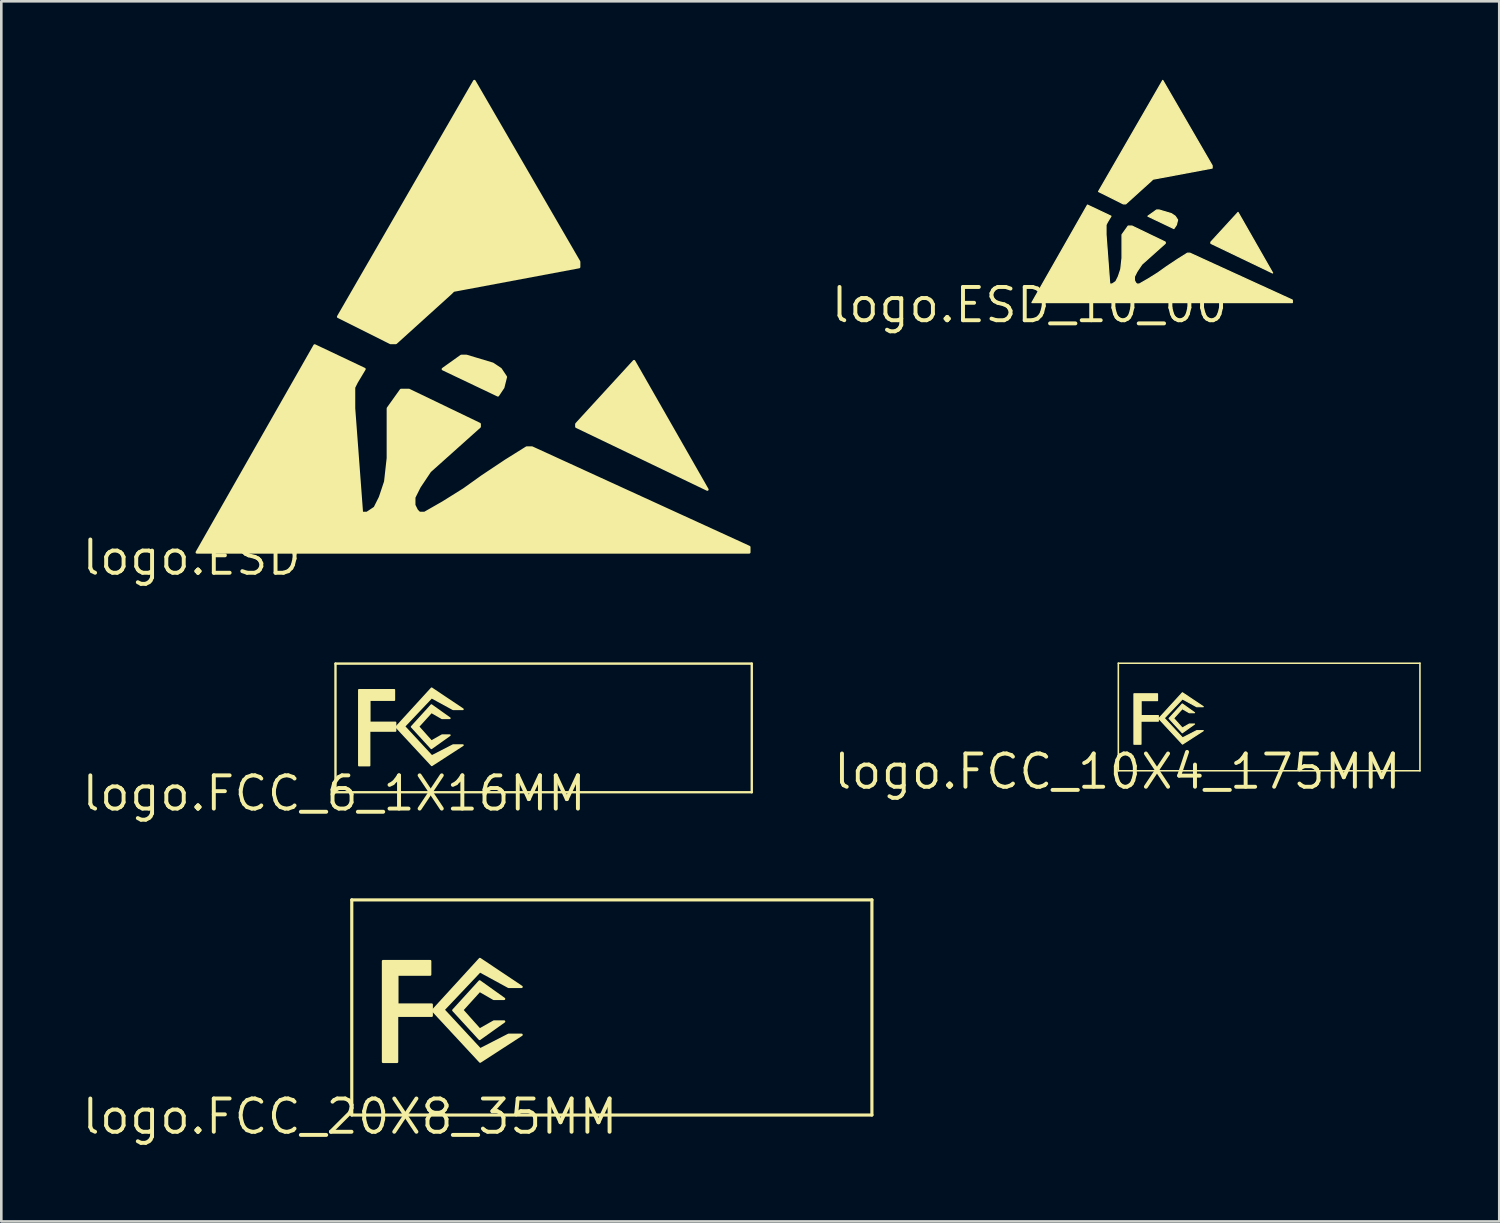
<source format=kicad_pcb>
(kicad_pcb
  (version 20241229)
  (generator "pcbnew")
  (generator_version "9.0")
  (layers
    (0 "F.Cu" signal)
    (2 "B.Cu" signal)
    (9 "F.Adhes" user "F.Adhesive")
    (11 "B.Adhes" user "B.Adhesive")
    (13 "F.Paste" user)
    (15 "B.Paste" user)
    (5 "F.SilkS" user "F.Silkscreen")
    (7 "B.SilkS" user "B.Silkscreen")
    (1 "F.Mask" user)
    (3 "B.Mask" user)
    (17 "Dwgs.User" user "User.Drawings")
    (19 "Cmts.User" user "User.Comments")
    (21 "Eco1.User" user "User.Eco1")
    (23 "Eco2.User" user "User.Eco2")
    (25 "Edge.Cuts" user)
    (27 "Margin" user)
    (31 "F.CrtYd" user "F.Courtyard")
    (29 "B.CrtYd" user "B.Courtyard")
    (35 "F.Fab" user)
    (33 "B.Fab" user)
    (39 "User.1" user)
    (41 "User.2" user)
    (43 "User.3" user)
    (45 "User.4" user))
  (footprint "logo.ESD_10_00"
    (layer "F.Cu")
    (at 36.278 8.603)
    (property "Reference" "logo.ESD_10_00" (at 0 0 0) (layer "F.SilkS") (effects (font (size 1.27 1.27) (thickness 0.15))))
    (fp_poly (pts (xy 9.287 -1.226) (xy 6.93 -2.357) (xy 6.93 -2.404) (xy 7.967 -3.536)) (stroke (width 0.047) (type default)) (fill yes) (layer "F.SilkS"))
    (fp_poly (pts (xy 2.64 -4.337) (xy 5.091 -8.58) (xy 6.977 -5.327) (xy 6.977 -5.233) (xy 4.714 -4.808) (xy 4.667 -4.761) (xy 3.677 -3.866) (xy 3.583 -3.866)) (stroke (width 0.047) (type default)) (fill yes) (layer "F.SilkS"))
    (fp_poly (pts (xy 4.526 -3.394) (xy 4.856 -3.63) (xy 4.95 -3.63) (xy 5.421 -3.489) (xy 5.563 -3.394) (xy 5.657 -3.253) (xy 5.61 -3.064) (xy 5.516 -2.923)) (stroke (width 0.047) (type default)) (fill yes) (layer "F.SilkS"))
    (fp_poly (pts (xy 0.094 -0.094) (xy 2.216 -3.818) (xy 3.111 -3.394) (xy 2.97 -3.159) (xy 2.923 -3.064) (xy 2.923 -2.687) (xy 3.064 -0.801) (xy 3.159 -0.801) (xy 3.3 -0.896) (xy 3.394 -1.084) (xy 3.489 -1.367) (xy 3.536 -1.791) (xy 3.536 -2.687) (xy 3.771 -3.017) (xy 3.913 -3.017) (xy 5.186 -2.404) (xy 5.186 -2.357) (xy 4.29 -1.556) (xy 4.101 -1.273) (xy 4.007 -1.084) (xy 4.007 -0.943) (xy 4.054 -0.849) (xy 4.101 -0.801) (xy 4.196 -0.801) (xy 4.526 -0.99) (xy 4.903 -1.226) (xy 5.233 -1.461) (xy 5.657 -1.744) (xy 6.034 -1.98) (xy 6.128 -1.98) (xy 10.041 -0.189) (xy 10.041 -0.094)) (stroke (width 0.047) (type default)) (fill yes) (layer "F.SilkS")))
  (footprint "logo.FCC_20X8_35MM"
    (layer "F.Cu")
    (at 10.318 39.605)
    (property "Reference" "logo.FCC_20X8_35MM" (at 0 0 0) (layer "F.SilkS") (effects (font (size 1.27 1.27) (thickness 0.15))))
    (fp_line (start 0.07 -8.278) (end 19.94 -8.278) (stroke (width 0.12) (type default)) (layer "F.SilkS"))
    (fp_line (start 0.07 -0.06) (end 0.07 -8.278) (stroke (width 0.12) (type default)) (layer "F.SilkS"))
    (fp_line (start 19.94 -8.278) (end 19.94 -0.06) (stroke (width 0.12) (type default)) (layer "F.SilkS"))
    (fp_line (start 19.94 -0.06) (end 0.07 -0.06) (stroke (width 0.12) (type default)) (layer "F.SilkS"))
    (fp_poly (pts (xy 1.264 -2.09) (xy 1.264 -5.94) (xy 3.065 -5.94) (xy 3.065 -5.423) (xy 1.811 -5.423) (xy 1.811 -4.279) (xy 3.124 -4.279) (xy 3.124 -3.851) (xy 1.801 -3.851) (xy 1.801 -2.09)) (stroke (width 0.09) (type default)) (fill yes) (layer "F.SilkS"))
    (fp_poly (pts (xy 5.492 -4.497) (xy 5.89 -4.497) (xy 4.955 -5.164) (xy 3.95 -4.06) (xy 4.955 -2.965) (xy 5.89 -3.632) (xy 5.502 -3.632) (xy 4.955 -3.323) (xy 4.288 -4.07) (xy 4.955 -4.806)) (stroke (width 0.09) (type default)) (fill yes) (layer "F.SilkS"))
    (fp_poly (pts (xy 6.567 -4.955) (xy 6.06 -4.955) (xy 4.965 -5.552) (xy 3.572 -4.08) (xy 4.975 -2.567) (xy 6.06 -3.124) (xy 6.557 -3.124) (xy 4.975 -2.099) (xy 3.164 -4.05) (xy 4.965 -6.02) (xy 6.557 -4.955)) (stroke (width 0.09) (type default)) (fill yes) (layer "F.SilkS")))
  (footprint "logo.ESD"
    (layer "F.Cu")
    (at 4.271 18.25)
    (property "Reference" "logo.ESD" (at 0 0 0) (layer "F.SilkS") (effects (font (size 1.27 1.27) (thickness 0.15))))
    (fp_poly (pts (xy 19.7 -2.6) (xy 14.7 -5) (xy 14.7 -5.1) (xy 16.9 -7.5)) (stroke (width 0.1) (type default)) (fill yes) (layer "F.SilkS"))
    (fp_poly (pts (xy 5.6 -9.2) (xy 10.8 -18.2) (xy 14.8 -11.3) (xy 14.8 -11.1) (xy 10 -10.2) (xy 9.9 -10.1) (xy 7.8 -8.2) (xy 7.6 -8.2)) (stroke (width 0.1) (type default)) (fill yes) (layer "F.SilkS"))
    (fp_poly (pts (xy 9.6 -7.2) (xy 10.3 -7.7) (xy 10.5 -7.7) (xy 11.5 -7.4) (xy 11.8 -7.2) (xy 12 -6.9) (xy 11.9 -6.5) (xy 11.7 -6.2)) (stroke (width 0.1) (type default)) (fill yes) (layer "F.SilkS"))
    (fp_poly (pts (xy 0.2 -0.2) (xy 4.7 -8.1) (xy 6.6 -7.2) (xy 6.3 -6.7) (xy 6.2 -6.5) (xy 6.2 -5.7) (xy 6.5 -1.7) (xy 6.7 -1.7) (xy 7 -1.9) (xy 7.2 -2.3) (xy 7.4 -2.9) (xy 7.5 -3.8) (xy 7.5 -5.7) (xy 8 -6.4) (xy 8.3 -6.4) (xy 11 -5.1) (xy 11 -5) (xy 9.1 -3.3) (xy 8.7 -2.7) (xy 8.5 -2.3) (xy 8.5 -2) (xy 8.6 -1.8) (xy 8.7 -1.7) (xy 8.9 -1.7) (xy 9.6 -2.1) (xy 10.4 -2.6) (xy 11.1 -3.1) (xy 12 -3.7) (xy 12.8 -4.2) (xy 13 -4.2) (xy 21.3 -0.4) (xy 21.3 -0.2)) (stroke (width 0.1) (type default)) (fill yes) (layer "F.SilkS")))
  (footprint "logo.FCC_6_1X16MM"
    (layer "F.Cu")
    (at 9.714 27.26)
    (property "Reference" "logo.FCC_6_1X16MM" (at 0 0 0) (layer "F.SilkS") (effects (font (size 1.27 1.27) (thickness 0.15))))
    (fp_line (start 0.052 -4.959) (end 15.955 -4.959) (stroke (width 0.09) (type default)) (layer "F.SilkS"))
    (fp_line (start 0.052 -0.045) (end 0.052 -4.959) (stroke (width 0.09) (type default)) (layer "F.SilkS"))
    (fp_line (start 15.955 -4.959) (end 15.955 -0.045) (stroke (width 0.09) (type default)) (layer "F.SilkS"))
    (fp_line (start 15.955 -0.045) (end 0.052 -0.045) (stroke (width 0.09) (type default)) (layer "F.SilkS"))
    (fp_poly (pts (xy 0.948 -1.067) (xy 0.948 -3.955) (xy 2.298 -3.955) (xy 2.298 -3.567) (xy 1.358 -3.567) (xy 1.358 -2.709) (xy 2.343 -2.709) (xy 2.343 -2.388) (xy 1.351 -2.388) (xy 1.351 -1.067)) (stroke (width 0.068) (type default)) (fill yes) (layer "F.SilkS"))
    (fp_poly (pts (xy 4.119 -2.873) (xy 4.418 -2.873) (xy 3.716 -3.373) (xy 2.963 -2.545) (xy 3.716 -1.724) (xy 4.418 -2.224) (xy 4.127 -2.224) (xy 3.716 -1.992) (xy 3.216 -2.552) (xy 3.716 -3.104)) (stroke (width 0.068) (type default)) (fill yes) (layer "F.SilkS"))
    (fp_poly (pts (xy 4.925 -3.216) (xy 4.545 -3.216) (xy 3.724 -3.664) (xy 2.679 -2.56) (xy 3.731 -1.425) (xy 4.545 -1.843) (xy 4.918 -1.843) (xy 3.731 -1.075) (xy 2.373 -2.537) (xy 3.724 -4.015) (xy 4.918 -3.216)) (stroke (width 0.068) (type default)) (fill yes) (layer "F.SilkS")))
  (footprint "logo.FCC_10X4_175MM"
    (layer "F.Cu")
    (at 39.637 26.425)
    (property "Reference" "logo.FCC_10X4_175MM" (at 0 0 0) (layer "F.SilkS") (effects (font (size 1.27 1.27) (thickness 0.15))))
    (fp_line (start 0.035 -4.139) (end 11.557 -4.139) (stroke (width 0.06) (type default)) (layer "F.SilkS"))
    (fp_line (start 0.035 -0.03) (end 0.035 -4.139) (stroke (width 0.06) (type default)) (layer "F.SilkS"))
    (fp_line (start 11.557 -4.139) (end 11.557 -0.03) (stroke (width 0.06) (type default)) (layer "F.SilkS"))
    (fp_line (start 11.557 -0.03) (end 0.035 -0.03) (stroke (width 0.06) (type default)) (layer "F.SilkS"))
    (fp_poly (pts (xy 0.632 -1.045) (xy 0.632 -2.97) (xy 1.532 -2.97) (xy 1.532 -2.711) (xy 0.905 -2.711) (xy 0.905 -2.139) (xy 1.562 -2.139) (xy 1.562 -1.925) (xy 0.9 -1.925) (xy 0.9 -1.045)) (stroke (width 0.045) (type default)) (fill yes) (layer "F.SilkS"))
    (fp_poly (pts (xy 2.746 -2.249) (xy 2.945 -2.249) (xy 2.478 -2.582) (xy 1.975 -2.03) (xy 2.478 -1.483) (xy 2.945 -1.816) (xy 2.751 -1.816) (xy 2.478 -1.662) (xy 2.144 -2.035) (xy 2.478 -2.403)) (stroke (width 0.045) (type default)) (fill yes) (layer "F.SilkS"))
    (fp_poly (pts (xy 3.284 -2.478) (xy 3.03 -2.478) (xy 2.483 -2.776) (xy 1.786 -2.04) (xy 2.487 -1.284) (xy 3.03 -1.562) (xy 3.279 -1.562) (xy 2.487 -1.05) (xy 1.582 -2.025) (xy 2.483 -3.01) (xy 3.279 -2.478)) (stroke (width 0.045) (type default)) (fill yes) (layer "F.SilkS")))
  (gr_rect
    (start -3 -3)
    (end 54.224 43.611)
    (stroke (width 0.1) (type default))
    (fill no)
    (layer "Edge.Cuts")))
</source>
